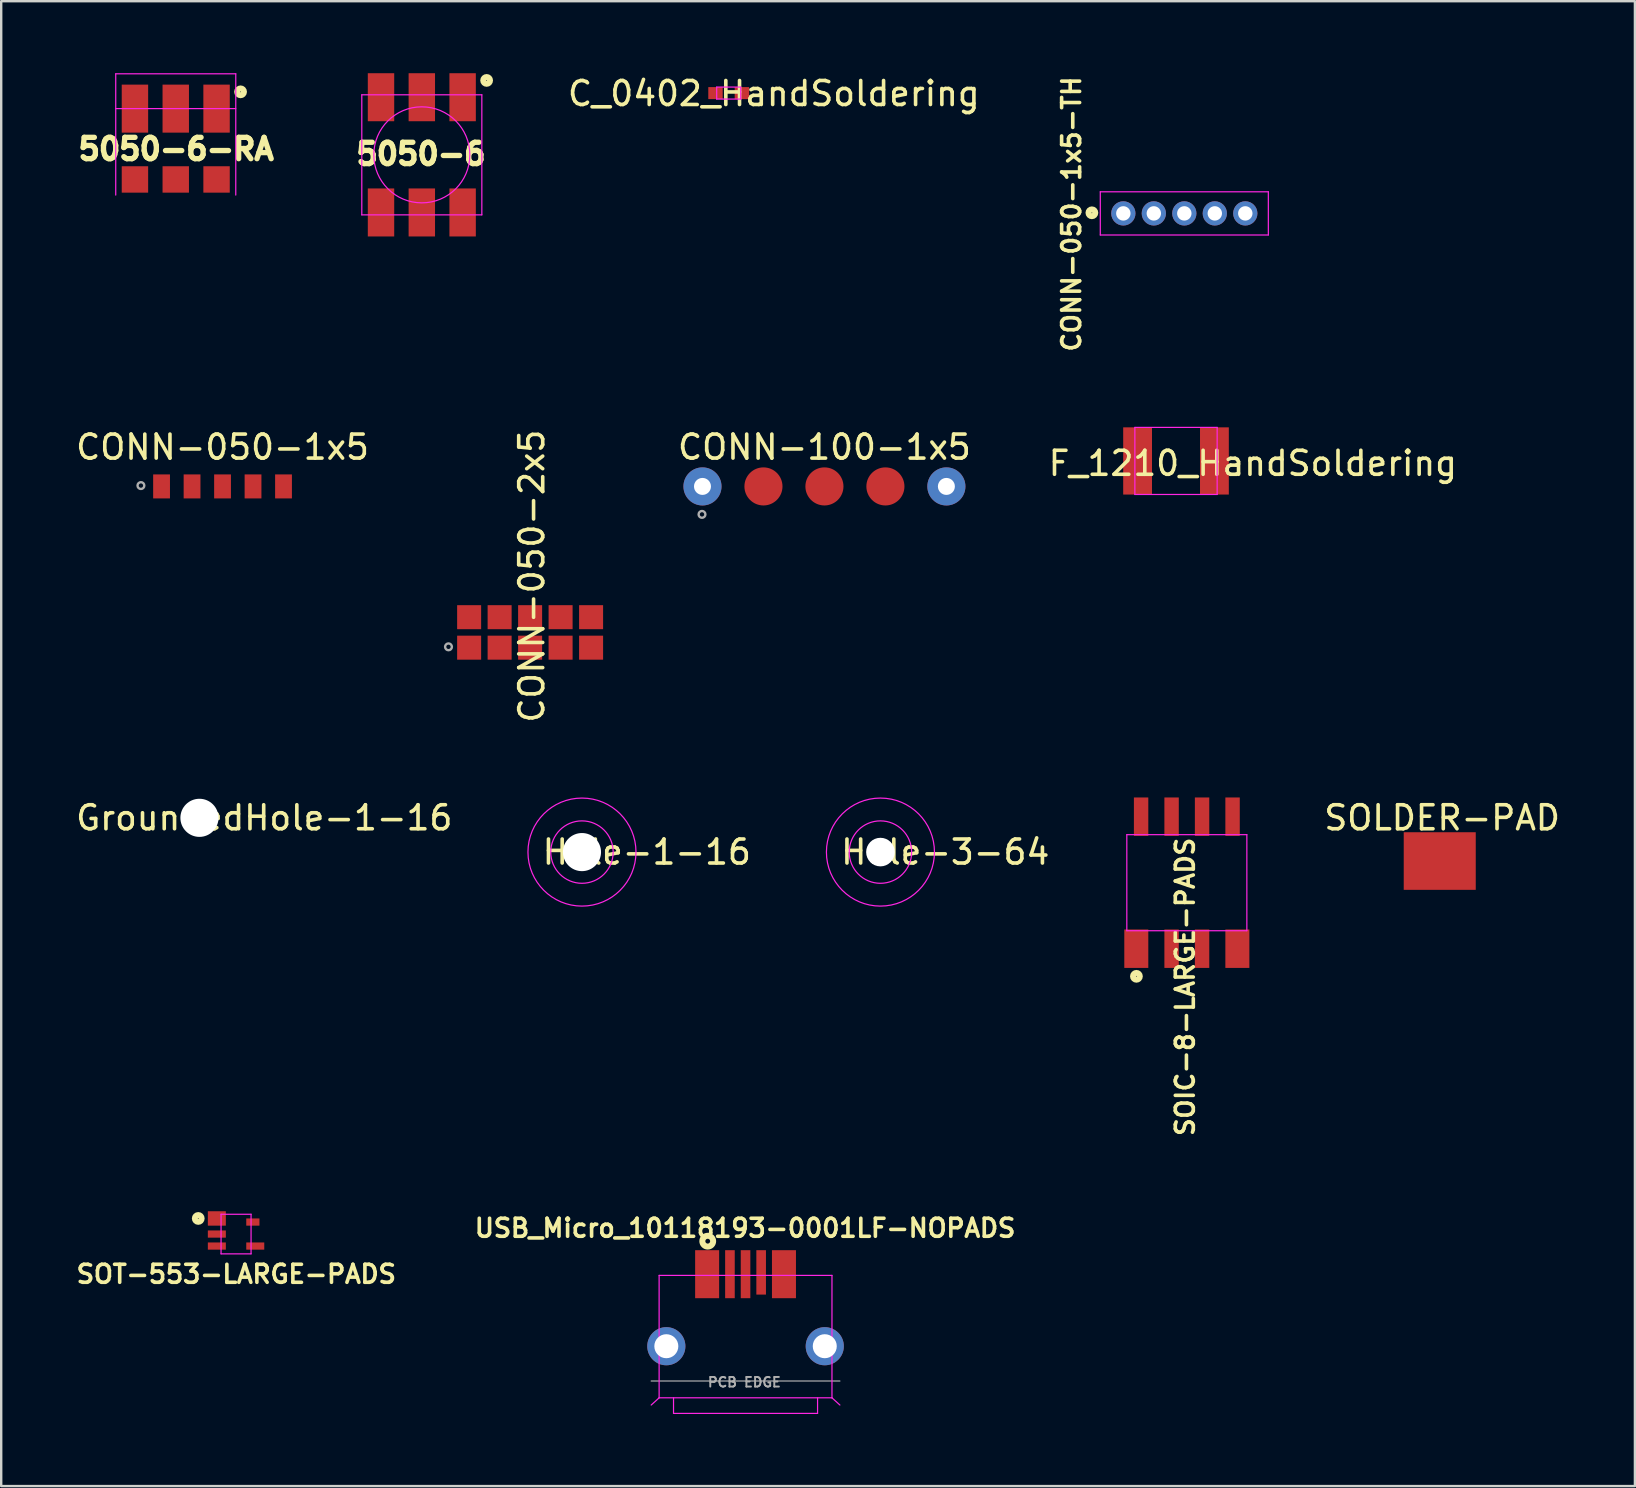
<source format=kicad_pcb>
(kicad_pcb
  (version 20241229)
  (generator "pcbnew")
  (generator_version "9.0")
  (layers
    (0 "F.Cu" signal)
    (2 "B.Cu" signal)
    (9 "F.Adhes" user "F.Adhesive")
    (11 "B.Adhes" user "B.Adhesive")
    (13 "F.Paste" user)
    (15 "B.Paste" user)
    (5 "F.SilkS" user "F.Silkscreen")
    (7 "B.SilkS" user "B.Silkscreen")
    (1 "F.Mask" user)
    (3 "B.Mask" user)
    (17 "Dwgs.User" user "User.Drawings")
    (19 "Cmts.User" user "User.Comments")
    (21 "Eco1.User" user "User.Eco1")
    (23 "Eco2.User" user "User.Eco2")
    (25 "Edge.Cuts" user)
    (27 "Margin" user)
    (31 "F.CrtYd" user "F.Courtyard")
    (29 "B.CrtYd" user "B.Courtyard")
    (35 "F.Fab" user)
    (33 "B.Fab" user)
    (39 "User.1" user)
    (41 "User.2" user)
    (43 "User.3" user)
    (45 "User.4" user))
  (footprint "SOT-553-LARGE-PADS"
    (layer "F.Cu")
    (at 6.783 48.355)
    (property "Reference" "SOT-553-LARGE-PADS" (at 0.01 1.67 0) (layer "F.SilkS") (effects (font (size 0.75 0.75) (thickness 0.15))))
    (attr smd)
    (fp_circle (center -1.575 -0.65) (end -1.475 -0.55) (stroke (width 0.25) (type solid)) (fill no) (layer "F.SilkS"))
    (fp_line (start -0.625 -0.825) (end -0.625 0.825) (stroke (width 0.05) (type solid)) (layer "F.CrtYd"))
    (fp_line (start -0.625 -0.825) (end 0.625 -0.825) (stroke (width 0.05) (type solid)) (layer "F.CrtYd"))
    (fp_line (start 0.625 0.825) (end -0.625 0.825) (stroke (width 0.05) (type solid)) (layer "F.CrtYd"))
    (fp_line (start 0.625 0.825) (end 0.625 -0.825) (stroke (width 0.05) (type solid)) (layer "F.CrtYd"))
    (pad "1" smd rect (at -0.8 -0.65) (size 0.75 0.6) (layers "F.Cu" "F.Mask"))
    (pad "2" smd rect (at -0.8 0) (size 0.75 0.3) (layers "F.Cu" "F.Mask"))
    (pad "3" smd rect (at -0.8 0.5) (size 0.75 0.3) (layers "F.Cu" "F.Mask"))
    (pad "4" smd rect (at 0.8 0.5) (size 0.75 0.3) (layers "F.Cu" "F.Mask"))
    (pad "5" smd rect (at 0.7 -0.5) (size 0.55 0.3) (layers "F.Cu" "F.Mask")))
  (footprint "5050-6"
    (layer "F.Cu")
    (at 14.521 3.4)
    (property "Reference" "5050-6" (at -0.035 -0.035 180) (layer "F.SilkS") (effects (font (size 0.889 0.889) (thickness 0.222))))
    (attr through_hole)
    (fp_circle (center 2.7 -3.1) (end 2.8 -3) (stroke (width 0.25) (type solid)) (fill no) (layer "F.SilkS"))
    (fp_line (start -2.5 -2.5) (end -2.5 2.5) (stroke (width 0.05) (type solid)) (layer "F.CrtYd"))
    (fp_line (start 2.5 -2.5) (end -2.5 -2.5) (stroke (width 0.05) (type solid)) (layer "F.CrtYd"))
    (fp_line (start 2.5 -2.5) (end 2.5 2.5) (stroke (width 0.05) (type solid)) (layer "F.CrtYd"))
    (fp_line (start 2.5 2.5) (end -2.5 2.5) (stroke (width 0.05) (type solid)) (layer "F.CrtYd"))
    (fp_circle (center 0 0) (end 0 2) (stroke (width 0.05) (type solid)) (fill no) (layer "F.CrtYd"))
    (pad "1" smd rect (at 1.7 -2.4 90) (size 2 1.1) (layers "F.Cu" "F.Mask"))
    (pad "2" smd rect (at 0 -2.4 90) (size 2 1.1) (layers "F.Cu" "F.Mask"))
    (pad "3" smd rect (at -1.7 -2.4 90) (size 2 1.1) (layers "F.Cu" "F.Mask"))
    (pad "4" smd rect (at -1.7 2.4 270) (size 2 1.1) (layers "F.Cu" "F.Mask"))
    (pad "5" smd rect (at 0 2.4 270) (size 2 1.1) (layers "F.Cu" "F.Mask"))
    (pad "6" smd rect (at 1.7 2.4 270) (size 2 1.1) (layers "F.Cu" "F.Mask")))
  (footprint "SOIC-8-LARGE-PADS"
    (layer "F.Cu")
    (at 46.388 33.719)
    (property "Reference" "SOIC-8-LARGE-PADS" (at -0.07 4.34 270) (layer "F.SilkS") (effects (font (size 0.75 0.75) (thickness 0.15))))
    (attr smd)
    (fp_circle (center -2.1 3.9) (end -2 4) (stroke (width 0.25) (type solid)) (fill no) (layer "F.SilkS"))
    (fp_line (start -2.5 -2) (end -2.5 2) (stroke (width 0.05) (type solid)) (layer "F.CrtYd"))
    (fp_line (start -2.5 2) (end 2.5 2) (stroke (width 0.05) (type solid)) (layer "F.CrtYd"))
    (fp_line (start 2.5 -2) (end -2.5 -2) (stroke (width 0.05) (type solid)) (layer "F.CrtYd"))
    (fp_line (start 2.5 -2) (end 2.5 2) (stroke (width 0.05) (type solid)) (layer "F.CrtYd"))
    (pad "1" smd rect (at -2.105 2.75 180) (size 1 1.6) (layers "F.Cu" "F.Mask"))
    (pad "2" smd rect (at -0.635 2.75 180) (size 0.6 1.6) (layers "F.Cu" "F.Mask"))
    (pad "3" smd rect (at 0.635 2.75 180) (size 0.6 1.6) (layers "F.Cu" "F.Mask"))
    (pad "4" smd rect (at 2.105 2.75 180) (size 1 1.6) (layers "F.Cu" "F.Mask"))
    (pad "5" smd rect (at 1.905 -2.75 180) (size 0.6 1.6) (layers "F.Cu" "F.Mask"))
    (pad "6" smd rect (at 0.635 -2.75 180) (size 0.6 1.6) (layers "F.Cu" "F.Mask"))
    (pad "7" smd rect (at -0.635 -2.75 180) (size 0.6 1.6) (layers "F.Cu" "F.Mask"))
    (pad "8" smd rect (at -1.905 -2.75 180) (size 0.6 1.6) (layers "F.Cu" "F.Mask")))
  (footprint "Hole-3-64"
    (layer "F.Cu")
    (at 33.625 32.444)
    (property "Reference" "Hole-3-64" (at 2.7 0 0) (layer "F.SilkS") (effects (font (size 1 1) (thickness 0.15))))
    (attr through_hole)
    (fp_circle (center 0 0) (end 1.3 0) (stroke (width 0.05) (type solid)) (fill no) (layer "F.CrtYd"))
    (fp_circle (center 0 0) (end 2.25 0) (stroke (width 0.05) (type solid)) (fill no) (layer "F.CrtYd"))
    (pad "" np_thru_hole circle (at 0 0) (size 1.191 1.191) (drill 1.191) (layers "*.Cu" "*.Mask")))
  (footprint "F_1210_HandSoldering"
    (layer "F.Cu")
    (at 45.937 16.151)
    (property "Reference" "F_1210_HandSoldering" (at 3.2 0.1 0) (layer "F.SilkS") (effects (font (size 1 1) (thickness 0.15))))
    (attr through_hole)
    (fp_line (start -1.714 -1.397) (end -1.714 1.397) (stroke (width 0.05) (type solid)) (layer "F.CrtYd"))
    (fp_line (start -1.714 1.397) (end 1.714 1.397) (stroke (width 0.05) (type solid)) (layer "F.CrtYd"))
    (fp_line (start 1.714 -1.397) (end -1.714 -1.397) (stroke (width 0.05) (type solid)) (layer "F.CrtYd"))
    (fp_line (start 1.714 1.397) (end 1.714 -1.397) (stroke (width 0.05) (type solid)) (layer "F.CrtYd"))
    (pad "1" smd rect (at -1.6 0) (size 1.2 2.8) (layers "F.Cu" "F.Mask"))
    (pad "2" smd rect (at 1.6 0) (size 1.2 2.8) (layers "F.Cu" "F.Mask")))
  (footprint "Hole-1-16"
    (layer "F.Cu")
    (at 21.192 32.444)
    (property "Reference" "Hole-1-16" (at 2.7 0 0) (layer "F.SilkS") (effects (font (size 1 1) (thickness 0.15))))
    (attr through_hole)
    (fp_circle (center 0 0) (end 1.3 0) (stroke (width 0.05) (type solid)) (fill no) (layer "F.CrtYd"))
    (fp_circle (center 0 0) (end 2.25 0) (stroke (width 0.05) (type solid)) (fill no) (layer "F.CrtYd"))
    (pad "" np_thru_hole circle (at 0 0) (size 1.588 1.588) (drill 1.588) (layers "*.Cu")))
  (footprint "SOLDER-PAD"
    (layer "F.Cu")
    (at 56.923 32.817)
    (property "Reference" "SOLDER-PAD" (at 0.1 -1.8 0) (layer "F.SilkS") (effects (font (size 1 1) (thickness 0.15))))
    (attr through_hole)
    (pad "1" smd rect (at 0 0) (size 3 2.4) (layers "F.Cu" "F.Mask")))
  (footprint "CONN-050-1x5"
    (layer "F.Cu")
    (at 6.22 16.577)
    (property "Reference" "CONN-050-1x5" (at 0 -1 180) (layer "F.SilkS") (effects (font (size 1 1) (thickness 0.15))))
    (attr through_hole)
    (fp_circle (center -3.4 0.6) (end -3.3 0.7) (stroke (width 0.1) (type solid)) (fill no) (layer "F.Fab"))
    (pad "1" smd rect (at -2.54 0.635) (size 0.7 1) (layers "F.Cu" "F.Mask"))
    (pad "2" smd rect (at -1.27 0.635) (size 0.7 1) (layers "F.Cu" "F.Mask"))
    (pad "3" smd rect (at 0 0.635) (size 0.7 1) (layers "F.Cu" "F.Mask"))
    (pad "4" smd rect (at 1.27 0.635) (size 0.7 1) (layers "F.Cu" "F.Mask"))
    (pad "5" smd rect (at 2.54 0.635) (size 0.7 1) (layers "F.Cu" "F.Mask")))
  (footprint "CONN-050-1x5-TH"
    (layer "F.Cu")
    (at 46.283 5.839)
    (property "Reference" "CONN-050-1x5-TH" (at -4.7 0.025 270) (layer "F.SilkS") (effects (font (size 0.75 0.75) (thickness 0.15))))
    (attr through_hole)
    (fp_circle (center -3.85 -0.025) (end -3.75 0.075) (stroke (width 0.25) (type solid)) (fill no) (layer "F.SilkS"))
    (fp_line (start -3.5 -0.9) (end -3.5 0.9) (stroke (width 0.05) (type solid)) (layer "F.CrtYd"))
    (fp_line (start -3.5 -0.9) (end 3.5 -0.9) (stroke (width 0.05) (type solid)) (layer "F.CrtYd"))
    (fp_line (start -3.5 0.9) (end 3.5 0.9) (stroke (width 0.05) (type solid)) (layer "F.CrtYd"))
    (fp_line (start 3.5 -0.9) (end 3.5 0.9) (stroke (width 0.05) (type solid)) (layer "F.CrtYd"))
    (pad "1" thru_hole circle (at -2.54 0) (size 1.01 1.01) (drill 0.6) (layers "*.Cu" "*.Mask"))
    (pad "2" thru_hole circle (at -1.27 0) (size 1.01 1.01) (drill 0.6) (layers "*.Cu" "*.Mask"))
    (pad "3" thru_hole circle (at 0 0) (size 1.01 1.01) (drill 0.6) (layers "*.Cu" "*.Mask"))
    (pad "4" thru_hole circle (at 1.27 0) (size 1.01 1.01) (drill 0.6) (layers "*.Cu" "*.Mask"))
    (pad "5" thru_hole circle (at 2.54 0) (size 1.01 1.01) (drill 0.6) (layers "*.Cu" "*.Mask")))
  (footprint "5050-6-RA"
    (layer "F.Cu")
    (at 4.271 1.475)
    (property "Reference" "5050-6-RA" (at 0.017 1.685 180) (layer "F.SilkS") (effects (font (size 0.889 0.889) (thickness 0.222))))
    (attr through_hole)
    (fp_circle (center 2.7 -0.7) (end 2.8 -0.6) (stroke (width 0.25) (type solid)) (fill no) (layer "F.SilkS"))
    (fp_line (start -2.5 -1.45) (end -2.5 3.6) (stroke (width 0.05) (type solid)) (layer "F.CrtYd"))
    (fp_line (start -2.5 -1.45) (end 2.5 -1.45) (stroke (width 0.05) (type solid)) (layer "F.CrtYd"))
    (fp_line (start -2.5 0) (end 2.5 0) (stroke (width 0.05) (type solid)) (layer "F.CrtYd"))
    (fp_line (start 2.5 3.6) (end 2.5 -1.45) (stroke (width 0.05) (type solid)) (layer "F.CrtYd"))
    (pad "1" smd rect (at 1.7 0 90) (size 2 1.1) (layers "F.Cu" "F.Mask"))
    (pad "2" smd rect (at 0 0.000002 90) (size 2 1.1) (layers "F.Cu" "F.Mask"))
    (pad "3" smd rect (at -1.7 0 90) (size 2 1.1) (layers "F.Cu" "F.Mask"))
    (pad "4" smd rect (at -1.7 2.95 270) (size 1.1 1.1) (layers "F.Cu" "F.Mask"))
    (pad "5" smd rect (at 0 2.95 270) (size 1.1 1.1) (layers "F.Cu" "F.Mask"))
    (pad "6" smd rect (at 1.7 2.95 270) (size 1.1 1.1) (layers "F.Cu" "F.Mask")))
  (footprint "USB_Micro_10118193-0001LF-NOPADS"
    (layer "F.Cu")
    (at 28.006 53.027)
    (property "Reference" "USB_Micro_10118193-0001LF-NOPADS" (at -0.02 -4.92 0) (layer "F.SilkS") (effects (font (size 0.75 0.75) (thickness 0.15))))
    (attr through_hole)
    (fp_circle (center -1.575 -4.375) (end -1.475 -4.375) (stroke (width 0.25) (type solid)) (fill no) (layer "F.SilkS"))
    (fp_line (start -3.6 2.15) (end -3.93 2.45) (stroke (width 0.05) (type solid)) (layer "F.CrtYd"))
    (fp_line (start -3.6 2.15) (end -3.6 -2.95) (stroke (width 0.05) (type solid)) (layer "F.CrtYd"))
    (fp_line (start -3.6 2.15) (end 3.6 2.15) (stroke (width 0.05) (type solid)) (layer "F.CrtYd"))
    (fp_line (start -3 2.15) (end -3 2.8) (stroke (width 0.05) (type solid)) (layer "F.CrtYd"))
    (fp_line (start -3 2.8) (end 3 2.8) (stroke (width 0.05) (type solid)) (layer "F.CrtYd"))
    (fp_line (start 3 2.15) (end 3 2.8) (stroke (width 0.05) (type solid)) (layer "F.CrtYd"))
    (fp_line (start 3.6 -2.95) (end -3.6 -2.95) (stroke (width 0.05) (type solid)) (layer "F.CrtYd"))
    (fp_line (start 3.6 2.15) (end 3.6 -2.95) (stroke (width 0.05) (type solid)) (layer "F.CrtYd"))
    (fp_line (start 3.6 2.15) (end 3.93 2.45) (stroke (width 0.05) (type solid)) (layer "F.CrtYd"))
    (fp_line (start -3.93 1.45) (end 3.93 1.45) (stroke (width 0.05) (type solid)) (layer "F.Fab"))
    (fp_text user "PCB EDGE" (at -0.05 1.5 0) (layer "F.Fab") (effects (font (size 0.4 0.4) (thickness 0.08))))
    (pad "1" smd rect (at -1.6 -3) (size 1 2) (layers "F.Cu" "F.Mask"))
    (pad "2" smd rect (at -0.65 -3) (size 0.4 2) (layers "F.Cu" "F.Mask"))
    (pad "3" smd rect (at 0 -3) (size 0.4 2) (layers "F.Cu" "F.Mask"))
    (pad "4" smd rect (at 0.65 -3.075) (size 0.4 1.85) (layers "F.Cu" "F.Mask"))
    (pad "5" smd rect (at 1.6 -3) (size 1 2) (layers "F.Cu" "F.Mask"))
    (pad "6" thru_hole circle (at 3.3 0) (size 1.589 1.589) (drill 1) (layers "*.Cu" "*.Mask"))
    (pad "7" thru_hole circle (at -3.3 0) (size 1.589 1.589) (drill 1) (layers "*.Cu" "*.Mask")))
  (footprint "CONN-050-2x5"
    (layer "F.Cu")
    (at 19.032 23.294)
    (property "Reference" "CONN-050-2x5" (at 0.07 -2.345 90) (layer "F.SilkS") (effects (font (size 1 1) (thickness 0.15))))
    (attr through_hole)
    (fp_circle (center -3.4 0.6) (end -3.3 0.7) (stroke (width 0.1) (type solid)) (fill no) (layer "F.Fab"))
    (pad "1" smd rect (at -2.54 0.635) (size 1 1) (layers "F.Cu" "F.Mask"))
    (pad "2" smd rect (at -2.54 -0.635) (size 1 1) (layers "F.Cu" "F.Mask"))
    (pad "3" smd rect (at -1.27 0.635) (size 1 1) (layers "F.Cu" "F.Mask"))
    (pad "4" smd rect (at -1.27 -0.635) (size 1 1) (layers "F.Cu" "F.Mask"))
    (pad "5" smd rect (at 0 0.635) (size 1 1) (layers "F.Cu" "F.Mask"))
    (pad "6" smd rect (at 0 -0.635) (size 1 1) (layers "F.Cu" "F.Mask"))
    (pad "7" smd rect (at 1.27 0.635) (size 1 1) (layers "F.Cu" "F.Mask"))
    (pad "8" smd rect (at 1.27 -0.635) (size 1 1) (layers "F.Cu" "F.Mask"))
    (pad "9" smd rect (at 2.54 0.635) (size 1 1) (layers "F.Cu" "F.Mask"))
    (pad "10" smd rect (at 2.54 -0.635) (size 1 1) (layers "F.Cu" "F.Mask")))
  (footprint "GroundedHole-1-16"
    (layer "F.Cu")
    (at 5.258 31.017)
    (property "Reference" "GroundedHole-1-16" (at 2.7 0 0) (layer "F.SilkS") (effects (font (size 1 1) (thickness 0.15))))
    (attr through_hole)
    (pad "" np_thru_hole circle (at 0 0) (size 1.588 1.588) (drill 1.588) (layers "*.Cu")))
  (footprint "C_0402_HandSoldering"
    (layer "F.Cu")
    (at 27.304 0.828)
    (property "Reference" "C_0402_HandSoldering" (at 1.88 0.02 0) (layer "F.SilkS") (effects (font (size 1 1) (thickness 0.15))))
    (attr smd)
    (fp_line (start -0.5 -0.25) (end -0.5 0.25) (stroke (width 0.05) (type solid)) (layer "F.CrtYd"))
    (fp_line (start -0.5 -0.25) (end 0.5 -0.25) (stroke (width 0.05) (type solid)) (layer "F.CrtYd"))
    (fp_line (start 0.5 0.25) (end -0.5 0.25) (stroke (width 0.05) (type solid)) (layer "F.CrtYd"))
    (fp_line (start 0.5 0.25) (end 0.5 -0.25) (stroke (width 0.05) (type solid)) (layer "F.CrtYd"))
    (pad "1" smd rect (at -0.55 0) (size 0.6 0.5) (layers "F.Cu" "F.Mask"))
    (pad "2" smd rect (at 0.55 0) (size 0.6 0.5) (layers "F.Cu" "F.Mask")))
  (footprint "CONN-100-1x5"
    (layer "F.Cu")
    (at 31.292 16.577)
    (property "Reference" "CONN-100-1x5" (at 0 -1 180) (layer "F.SilkS") (effects (font (size 1 1) (thickness 0.15))))
    (attr through_hole)
    (fp_circle (center -5.1 1.8) (end -5 1.9) (stroke (width 0.1) (type solid)) (fill no) (layer "F.Fab"))
    (pad "1" thru_hole circle (at -5.08 0.635) (size 1.586 1.586) (drill 0.707) (layers "*.Cu" "F.Mask"))
    (pad "2" smd circle (at -2.54 0.635) (size 1.586 1.586) (layers "F.Cu" "F.Mask"))
    (pad "3" smd circle (at 0 0.635) (size 1.586 1.586) (layers "F.Cu" "F.Mask"))
    (pad "4" smd circle (at 2.54 0.635) (size 1.586 1.586) (layers "F.Cu" "F.Mask"))
    (pad "5" thru_hole circle (at 5.08 0.635) (size 1.586 1.586) (drill 0.707) (layers "*.Cu" "F.Mask")))
  (gr_rect
    (start -3 -3)
    (end 65.053 58.852)
    (stroke (width 0.1) (type default))
    (fill no)
    (layer "Edge.Cuts")))
</source>
